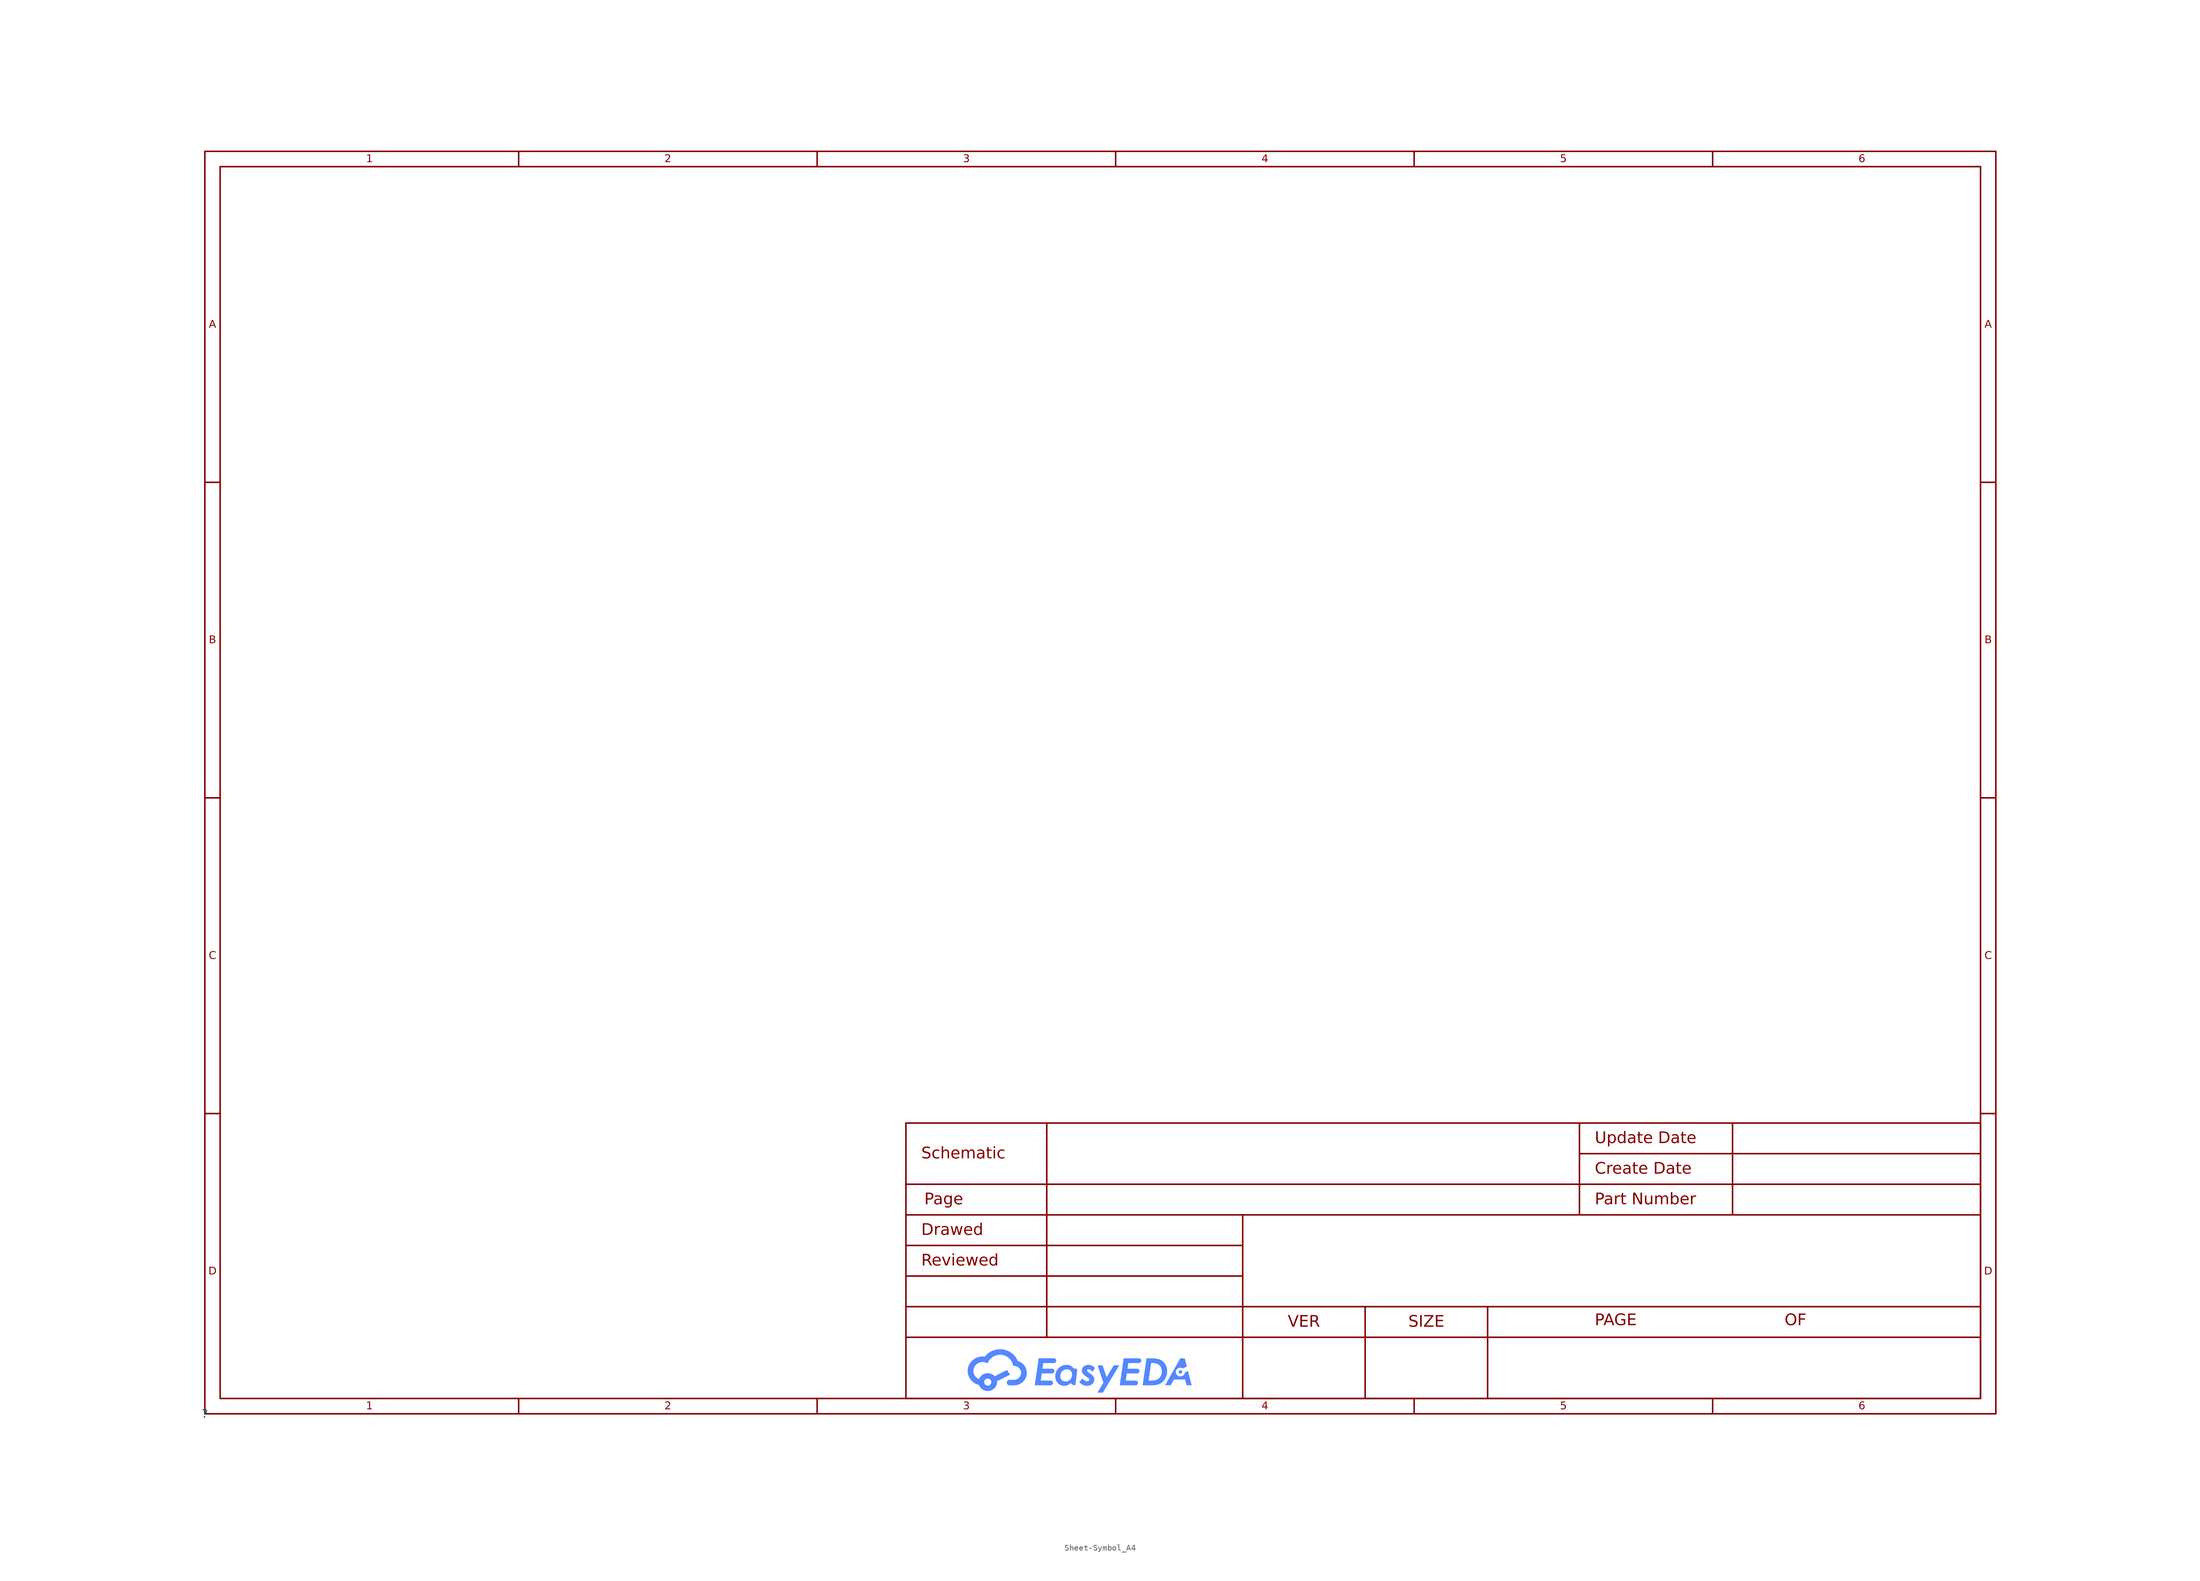
<source format=kicad_sym>
(kicad_symbol_lib
  (version 20241209)
  (generator "kicad_symbol_editor")
  (generator_version "9.0")
  (symbol "Sheet-Symbol_A4"
    (property "Reference" ""
      (at 0 0 0)
      (effects (font (size 1.27 1.27))))
    (property "Value" ""
      (at 0 0 0)
      (effects (font (size 1.27 1.27))))
    (symbol "Sheet-Symbol_A4_0_0"
      (polyline (pts (xy 132.098 10.707) (xy 132.242 10.697) (xy 132.384 10.681) (xy 132.526 10.659) (xy 132.666 10.631) (xy 132.804 10.597) (xy 132.94 10.557) (xy 133.074 10.511) (xy 133.206 10.459) (xy 133.335 10.402) (xy 133.462 10.338) (xy 133.585 10.27) (xy 133.706 10.195) (xy 133.823 10.116) (xy 133.936 10.03) (xy 134.046 9.94) (xy 134.115 9.879) (xy 134.182 9.815) (xy 134.247 9.75) (xy 134.309 9.684) (xy 134.37 9.616) (xy 134.428 9.546) (xy 134.484 9.475) (xy 134.537 9.402) (xy 134.588 9.328) (xy 134.637 9.252) (xy 134.683 9.175) (xy 134.727 9.097) (xy 134.769 9.018) (xy 134.808 8.938) (xy 134.844 8.856) (xy 134.878 8.773) (xy 135.04 8.717) (xy 135.196 8.65) (xy 135.345 8.571) (xy 135.487 8.482) (xy 135.62 8.383) (xy 135.745 8.274) (xy 135.861 8.156) (xy 135.967 8.03) (xy 136.063 7.897) (xy 136.148 7.756) (xy 136.222 7.609) (xy 136.283 7.456) (xy 136.332 7.297) (xy 136.368 7.133) (xy 136.381 7.05) (xy 136.39 6.966) (xy 136.395 6.88) (xy 136.397 6.794) (xy 136.395 6.696) (xy 136.387 6.599) (xy 136.376 6.502) (xy 136.359 6.407) (xy 136.338 6.312) (xy 136.313 6.219) (xy 136.283 6.127) (xy 136.248 6.037) (xy 136.21 5.948) (xy 136.167 5.861) (xy 136.12 5.776) (xy 136.068 5.693) (xy 136.013 5.612) (xy 135.953 5.534) (xy 135.89 5.457) (xy 135.823 5.384) (xy 135.752 5.314) (xy 135.679 5.247) (xy 135.602 5.184) (xy 135.524 5.125) (xy 135.442 5.069) (xy 135.358 5.017) (xy 135.272 4.969) (xy 135.184 4.925) (xy 135.093 4.885) (xy 135.001 4.849) (xy 134.907 4.817) (xy 134.811 4.79) (xy 134.714 4.766) (xy 134.616 4.747) (xy 134.516 4.732) (xy 134.416 4.721) (xy 134.374 4.717) (xy 134.332 4.717) (xy 133.506 4.717) (xy 133.506 4.721) (xy 133.483 4.723) (xy 133.46 4.727) (xy 133.438 4.731) (xy 133.416 4.737) (xy 133.394 4.743) (xy 133.373 4.75) (xy 133.352 4.758) (xy 133.332 4.768) (xy 133.312 4.777) (xy 133.293 4.788) (xy 133.274 4.8) (xy 133.256 4.812) (xy 133.239 4.825) (xy 133.222 4.839) (xy 133.206 4.853) (xy 133.191 4.868) (xy 133.176 4.884) (xy 133.162 4.901) (xy 133.149 4.918) (xy 133.137 4.935) (xy 133.126 4.954) (xy 133.115 4.972) (xy 133.105 4.991) (xy 133.096 5.011) (xy 133.089 5.031) (xy 133.082 5.052) (xy 133.076 5.073) (xy 133.071 5.094) (xy 133.067 5.116) (xy 133.064 5.138) (xy 133.063 5.16) (xy 133.062 5.183) (xy 133.063 5.207) (xy 133.065 5.231) (xy 133.068 5.254) (xy 133.072 5.277) (xy 133.077 5.299) (xy 133.084 5.321) (xy 133.091 5.343) (xy 133.1 5.364) (xy 133.11 5.384) (xy 133.12 5.404) (xy 133.132 5.424) (xy 133.145 5.443) (xy 133.158 5.461) (xy 133.173 5.478) (xy 133.188 5.495) (xy 133.204 5.511) (xy 133.22 5.527) (xy 133.238 5.541) (xy 133.256 5.555) (xy 133.275 5.568) (xy 133.295 5.58) (xy 133.315 5.591) (xy 133.336 5.601) (xy 133.357 5.611) (xy 133.379 5.619) (xy 133.402 5.626) (xy 133.425 5.633) (xy 133.448 5.638) (xy 133.472 5.642) (xy 133.496 5.645) (xy 133.521 5.646) (xy 133.546 5.647) (xy 133.558 5.647) (xy 133.57 5.647) (xy 133.582 5.646) (xy 133.594 5.645) (xy 133.606 5.644) (xy 133.618 5.642) (xy 133.63 5.641) (xy 133.641 5.638) (xy 134.332 5.638) (xy 134.389 5.644) (xy 134.446 5.653) (xy 134.502 5.664) (xy 134.557 5.678) (xy 134.611 5.694) (xy 134.663 5.712) (xy 134.715 5.732) (xy 134.765 5.755) (xy 134.815 5.78) (xy 134.862 5.807) (xy 134.909 5.836) (xy 134.953 5.866) (xy 134.996 5.899) (xy 135.038 5.934) (xy 135.078 5.97) (xy 135.116 6.008) (xy 135.153 6.047) (xy 135.187 6.088) (xy 135.22 6.131) (xy 135.25 6.175) (xy 135.279 6.221) (xy 135.305 6.267) (xy 135.329 6.315) (xy 135.351 6.365) (xy 135.37 6.415) (xy 135.388 6.466) (xy 135.402 6.519) (xy 135.414 6.572) (xy 135.424 6.627) (xy 135.431 6.682) (xy 135.435 6.737) (xy 135.436 6.794) (xy 135.435 6.854) (xy 135.43 6.913) (xy 135.423 6.971) (xy 135.412 7.028) (xy 135.398 7.084) (xy 135.382 7.139) (xy 135.363 7.193) (xy 135.341 7.245) (xy 135.317 7.297) (xy 135.291 7.347) (xy 135.261 7.396) (xy 135.23 7.443) (xy 135.196 7.488) (xy 135.16 7.532) (xy 135.122 7.574) (xy 135.082 7.614) (xy 135.04 7.653) (xy 134.996 7.689) (xy 134.951 7.724) (xy 134.903 7.756) (xy 134.854 7.786) (xy 134.803 7.814) (xy 134.751 7.84) (xy 134.698 7.863) (xy 134.643 7.884) (xy 134.587 7.902) (xy 134.529 7.918) (xy 134.471 7.931) (xy 134.411 7.941) (xy 134.351 7.948) (xy 134.289 7.953) (xy 134.227 7.954) (xy 134.212 7.954) (xy 134.198 7.954) (xy 134.183 7.953) (xy 134.168 7.953) (xy 134.153 7.952) (xy 134.138 7.951) (xy 134.123 7.949) (xy 134.109 7.948) (xy 134.095 8.044) (xy 134.076 8.139) (xy 134.054 8.233) (xy 134.026 8.325) (xy 133.995 8.415) (xy 133.959 8.503) (xy 133.92 8.589) (xy 133.877 8.674) (xy 133.83 8.756) (xy 133.779 8.835) (xy 133.725 8.913) (xy 133.667 8.988) (xy 133.606 9.06) (xy 133.541 9.129) (xy 133.474 9.196) (xy 133.403 9.259) (xy 133.33 9.32) (xy 133.253 9.377) (xy 133.174 9.432) (xy 133.093 9.483) (xy 133.009 9.53) (xy 132.923 9.574) (xy 132.834 9.614) (xy 132.743 9.65) (xy 132.65 9.683) (xy 132.556 9.712) (xy 132.459 9.736) (xy 132.361 9.756) (xy 132.261 9.772) (xy 132.16 9.784) (xy 132.057 9.791) (xy 131.953 9.793) (xy 131.863 9.791) (xy 131.775 9.786) (xy 131.687 9.777) (xy 131.601 9.766) (xy 131.516 9.751) (xy 131.432 9.732) (xy 131.349 9.711) (xy 131.267 9.687) (xy 131.187 9.659) (xy 131.108 9.629) (xy 131.031 9.596) (xy 130.956 9.56) (xy 130.882 9.522) (xy 130.81 9.48) (xy 130.74 9.437) (xy 130.672 9.39) (xy 130.605 9.342) (xy 130.541 9.291) (xy 130.479 9.238) (xy 130.419 9.182) (xy 130.361 9.124) (xy 130.306 9.065) (xy 130.253 9.003) (xy 130.202 8.939) (xy 130.154 8.873) (xy 130.109 8.806) (xy 130.066 8.737) (xy 130.026 8.666) (xy 129.989 8.594) (xy 129.954 8.52) (xy 129.923 8.444) (xy 129.895 8.367) (xy 129.85 8.393) (xy 129.804 8.418) (xy 129.757 8.441) (xy 129.709 8.463) (xy 129.66 8.483) (xy 129.611 8.501) (xy 129.56 8.518) (xy 129.509 8.533) (xy 129.457 8.547) (xy 129.404 8.559) (xy 129.351 8.569) (xy 129.297 8.577) (xy 129.243 8.584) (xy 129.188 8.589) (xy 129.132 8.591) (xy 129.076 8.592) (xy 128.996 8.591) (xy 128.918 8.585) (xy 128.841 8.575) (xy 128.765 8.562) (xy 128.69 8.546) (xy 128.617 8.526) (xy 128.545 8.502) (xy 128.475 8.476) (xy 128.406 8.446) (xy 128.34 8.413) (xy 128.275 8.378) (xy 128.212 8.339) (xy 128.152 8.298) (xy 128.094 8.254) (xy 128.037 8.207) (xy 127.984 8.158) (xy 127.933 8.106) (xy 127.884 8.053) (xy 127.838 7.997) (xy 127.795 7.939) (xy 127.755 7.878) (xy 127.718 7.816) (xy 127.684 7.753) (xy 127.653 7.687) (xy 127.626 7.62) (xy 127.601 7.551) (xy 127.58 7.481) (xy 127.563 7.409) (xy 127.55 7.336) (xy 127.54 7.262) (xy 127.534 7.187) (xy 127.532 7.111) (xy 127.533 7.054) (xy 127.536 6.998) (xy 127.542 6.943) (xy 127.549 6.888) (xy 127.559 6.833) (xy 127.571 6.78) (xy 127.584 6.727) (xy 127.6 6.675) (xy 127.618 6.624) (xy 127.637 6.574) (xy 127.658 6.524) (xy 127.681 6.476) (xy 127.706 6.428) (xy 127.733 6.381) (xy 127.761 6.336) (xy 127.79 6.291) (xy 127.822 6.248) (xy 127.855 6.205) (xy 127.889 6.164) (xy 127.925 6.125) (xy 127.963 6.086) (xy 128.002 6.048) (xy 128.042 6.013) (xy 128.083 5.978) (xy 128.126 5.945) (xy 128.17 5.913) (xy 128.215 5.882) (xy 128.261 5.854) (xy 128.309 5.826) (xy 128.357 5.801) (xy 128.407 5.777) (xy 128.457 5.754) (xy 128.502 5.859) (xy 128.554 5.96) (xy 128.614 6.057) (xy 128.681 6.149) (xy 128.754 6.235) (xy 128.835 6.316) (xy 128.921 6.391) (xy 129.013 6.459) (xy 129.11 6.521) (xy 129.213 6.576) (xy 129.319 6.623) (xy 129.43 6.663) (xy 129.545 6.694) (xy 129.663 6.717) (xy 129.785 6.731) (xy 129.846 6.735) (xy 129.909 6.736) (xy 129.994 6.734) (xy 130.079 6.727) (xy 130.162 6.716) (xy 130.244 6.701) (xy 130.324 6.682) (xy 130.403 6.658) (xy 130.479 6.631) (xy 130.554 6.601) (xy 130.626 6.566) (xy 130.696 6.528) (xy 130.764 6.487) (xy 130.83 6.442) (xy 130.893 6.395) (xy 130.953 6.344) (xy 131.01 6.29) (xy 131.064 6.234) (xy 133.13 7.274) (xy 133.602 6.488) (xy 131.441 5.399) (xy 131.443 5.382) (xy 131.444 5.364) (xy 131.445 5.346) (xy 131.446 5.328) (xy 131.447 5.31) (xy 131.448 5.292) (xy 131.448 5.274) (xy 131.448 5.257) (xy 131.446 5.181) (xy 131.44 5.106) (xy 131.43 5.032) (xy 131.417 4.959) (xy 131.4 4.888) (xy 131.379 4.818) (xy 131.355 4.749) (xy 131.327 4.682) (xy 131.296 4.617) (xy 131.262 4.553) (xy 131.225 4.491) (xy 131.185 4.431) (xy 131.142 4.373) (xy 131.096 4.318) (xy 131.048 4.264) (xy 130.997 4.213) (xy 130.943 4.164) (xy 130.887 4.117) (xy 130.829 4.073) (xy 130.769 4.032) (xy 130.706 3.994) (xy 130.642 3.958) (xy 130.575 3.925) (xy 130.507 3.896) (xy 130.437 3.869) (xy 130.366 3.846) (xy 130.293 3.826) (xy 130.218 3.81) (xy 130.143 3.797) (xy 130.066 3.787) (xy 129.988 3.781) (xy 129.909 3.78) (xy 129.845 3.781) (xy 129.783 3.784) (xy 129.721 3.79) (xy 129.66 3.799) (xy 129.6 3.809) (xy 129.54 3.822) (xy 129.482 3.837) (xy 129.424 3.854) (xy 129.367 3.874) (xy 129.312 3.895) (xy 129.257 3.918) (xy 129.204 3.944) (xy 129.152 3.971) (xy 129.101 4) (xy 129.051 4.031) (xy 129.002 4.063) (xy 128.956 4.098) (xy 128.91 4.134) (xy 128.866 4.171) (xy 128.823 4.21) (xy 128.782 4.251) (xy 128.743 4.293) (xy 128.705 4.337) (xy 128.669 4.382) (xy 128.635 4.428) (xy 128.603 4.476) (xy 128.573 4.525) (xy 128.544 4.575) (xy 128.518 4.626) (xy 128.493 4.678) (xy 128.471 4.731) (xy 128.45 4.786) (xy 128.362 4.809) (xy 128.276 4.835) (xy 128.19 4.865) (xy 128.106 4.897) (xy 128.022 4.932) (xy 127.941 4.97) (xy 127.861 5.011) (xy 127.782 5.055) (xy 127.705 5.101) (xy 127.63 5.151) (xy 127.557 5.202) (xy 127.486 5.257) (xy 129.313 5.257) (xy 129.314 5.227) (xy 129.316 5.198) (xy 129.32 5.17) (xy 129.325 5.142) (xy 129.332 5.114) (xy 129.34 5.087) (xy 129.35 5.061) (xy 129.36 5.035) (xy 129.372 5.009) (xy 129.385 4.985) (xy 129.4 4.961) (xy 129.415 4.938) (xy 129.432 4.915) (xy 129.45 4.894) (xy 129.468 4.873) (xy 129.488 4.853) (xy 129.509 4.834) (xy 129.53 4.816) (xy 129.553 4.799) (xy 129.576 4.783) (xy 129.6 4.768) (xy 129.625 4.755) (xy 129.651 4.742) (xy 129.677 4.73) (xy 129.704 4.72) (xy 129.732 4.711) (xy 129.76 4.704) (xy 129.789 4.697) (xy 129.818 4.692) (xy 129.848 4.688) (xy 129.878 4.686) (xy 129.909 4.685) (xy 129.939 4.686) (xy 129.969 4.688) (xy 129.999 4.692) (xy 130.028 4.697) (xy 130.057 4.704) (xy 130.085 4.711) (xy 130.113 4.72) (xy 130.14 4.73) (xy 130.166 4.742) (xy 130.192 4.755) (xy 130.217 4.768) (xy 130.241 4.783) (xy 130.264 4.799) (xy 130.287 4.816) (xy 130.309 4.834) (xy 130.329 4.853) (xy 130.349 4.873) (xy 130.368 4.894) (xy 130.385 4.915) (xy 130.402 4.938) (xy 130.417 4.961) (xy 130.432 4.985) (xy 130.445 5.009) (xy 130.457 5.035) (xy 130.468 5.061) (xy 130.477 5.087) (xy 130.485 5.114) (xy 130.492 5.142) (xy 130.497 5.17) (xy 130.501 5.198) (xy 130.503 5.227) (xy 130.504 5.257) (xy 130.503 5.286) (xy 130.501 5.315) (xy 130.497 5.343) (xy 130.492 5.372) (xy 130.485 5.399) (xy 130.477 5.426) (xy 130.468 5.453) (xy 130.457 5.479) (xy 130.445 5.504) (xy 130.432 5.529) (xy 130.417 5.553) (xy 130.402 5.576) (xy 130.385 5.598) (xy 130.368 5.62) (xy 130.349 5.64) (xy 130.329 5.66) (xy 130.309 5.679) (xy 130.287 5.697) (xy 130.264 5.714) (xy 130.241 5.73) (xy 130.217 5.745) (xy 130.192 5.759) (xy 130.166 5.771) (xy 130.14 5.783) (xy 130.113 5.793) (xy 130.085 5.802) (xy 130.057 5.81) (xy 130.028 5.816) (xy 129.999 5.821) (xy 129.969 5.825) (xy 129.939 5.827) (xy 129.909 5.828) (xy 129.878 5.827) (xy 129.848 5.825) (xy 129.818 5.821) (xy 129.789 5.816) (xy 129.76 5.81) (xy 129.732 5.802) (xy 129.704 5.793) (xy 129.677 5.783) (xy 129.651 5.771) (xy 129.625 5.759) (xy 129.6 5.745) (xy 129.576 5.73) (xy 129.553 5.714) (xy 129.53 5.697) (xy 129.509 5.679) (xy 129.488 5.66) (xy 129.468 5.64) (xy 129.45 5.62) (xy 129.432 5.598) (xy 129.415 5.576) (xy 129.4 5.553) (xy 129.385 5.529) (xy 129.372 5.504) (xy 129.36 5.479) (xy 129.35 5.453) (xy 129.34 5.426) (xy 129.332 5.399) (xy 129.325 5.372) (xy 129.32 5.343) (xy 129.316 5.315) (xy 129.314 5.286) (xy 129.313 5.257) (xy 127.486 5.257) (xy 127.485 5.257) (xy 127.416 5.314) (xy 127.349 5.373) (xy 127.283 5.435) (xy 127.22 5.5) (xy 127.144 5.584) (xy 127.073 5.671) (xy 127.006 5.761) (xy 126.944 5.854) (xy 126.886 5.949) (xy 126.833 6.046) (xy 126.784 6.145) (xy 126.741 6.247) (xy 126.702 6.35) (xy 126.668 6.454) (xy 126.64 6.561) (xy 126.616 6.668) (xy 126.598 6.777) (xy 126.584 6.887) (xy 126.576 6.997) (xy 126.574 7.109) (xy 126.577 7.229) (xy 126.586 7.348) (xy 126.601 7.465) (xy 126.622 7.581) (xy 126.648 7.696) (xy 126.681 7.809) (xy 126.719 7.92) (xy 126.763 8.029) (xy 126.812 8.136) (xy 126.867 8.24) (xy 126.927 8.342) (xy 126.993 8.441) (xy 127.063 8.537) (xy 127.139 8.63) (xy 127.22 8.72) (xy 127.306 8.807) (xy 127.397 8.889) (xy 127.49 8.967) (xy 127.588 9.04) (xy 127.688 9.108) (xy 127.791 9.17) (xy 127.898 9.228) (xy 128.006 9.281) (xy 128.118 9.328) (xy 128.232 9.37) (xy 128.347 9.407) (xy 128.465 9.438) (xy 128.584 9.463) (xy 128.705 9.483) (xy 128.828 9.498) (xy 128.951 9.507) (xy 129.076 9.51) (xy 129.121 9.509) (xy 129.166 9.508) (xy 129.211 9.506) (xy 129.256 9.503) (xy 129.3 9.5) (xy 129.344 9.495) (xy 129.388 9.491) (xy 129.432 9.485) (xy 129.467 9.531) (xy 129.503 9.576) (xy 129.541 9.62) (xy 129.579 9.664) (xy 129.618 9.707) (xy 129.658 9.749) (xy 129.698 9.79) (xy 129.74 9.831) (xy 129.782 9.871) (xy 129.826 9.91) (xy 129.87 9.949) (xy 129.915 9.986) (xy 129.961 10.024) (xy 130.008 10.06) (xy 130.055 10.095) (xy 130.104 10.13) (xy 130.206 10.199) (xy 130.311 10.264) (xy 130.417 10.324) (xy 130.526 10.381) (xy 130.637 10.432) (xy 130.749 10.48) (xy 130.864 10.523) (xy 130.98 10.562) (xy 131.097 10.597) (xy 131.216 10.627) (xy 131.336 10.652) (xy 131.457 10.673) (xy 131.58 10.689) (xy 131.703 10.701) (xy 131.828 10.708) (xy 131.953 10.71) (xy 132.098 10.707)) (stroke (width -0.0001) (type solid)) (fill (type color) (color 85 136 255 1)))
      (polyline (pts (xy 140.893 9.21) (xy 140.914 9.209) (xy 140.934 9.206) (xy 140.955 9.203) (xy 140.975 9.198) (xy 140.994 9.193) (xy 141.013 9.186) (xy 141.032 9.179) (xy 141.051 9.171) (xy 141.068 9.162) (xy 141.086 9.153) (xy 141.103 9.143) (xy 141.119 9.132) (xy 141.135 9.12) (xy 141.149 9.107) (xy 141.164 9.094) (xy 141.178 9.08) (xy 141.191 9.066) (xy 141.203 9.051) (xy 141.214 9.035) (xy 141.225 9.019) (xy 141.235 9.002) (xy 141.244 8.985) (xy 141.253 8.968) (xy 141.26 8.95) (xy 141.267 8.931) (xy 141.272 8.912) (xy 141.277 8.893) (xy 141.281 8.874) (xy 141.283 8.854) (xy 141.285 8.834) (xy 141.285 8.813) (xy 141.285 8.793) (xy 141.283 8.773) (xy 141.281 8.753) (xy 141.277 8.733) (xy 141.272 8.714) (xy 141.267 8.695) (xy 141.26 8.677) (xy 141.253 8.659) (xy 141.244 8.642) (xy 141.235 8.624) (xy 141.225 8.608) (xy 141.214 8.592) (xy 141.203 8.576) (xy 141.191 8.561) (xy 141.178 8.547) (xy 141.164 8.533) (xy 141.149 8.52) (xy 141.135 8.507) (xy 141.119 8.495) (xy 141.103 8.484) (xy 141.086 8.474) (xy 141.068 8.464) (xy 141.051 8.456) (xy 141.032 8.447) (xy 141.013 8.44) (xy 140.994 8.434) (xy 140.975 8.429) (xy 140.955 8.424) (xy 140.934 8.421) (xy 140.914 8.418) (xy 140.893 8.417) (xy 140.871 8.416) (xy 139.125 8.414) (xy 138.99 7.484) (xy 140.627 7.484) (xy 140.645 7.48) (xy 140.663 7.476) (xy 140.681 7.471) (xy 140.698 7.466) (xy 140.715 7.46) (xy 140.732 7.453) (xy 140.748 7.445) (xy 140.763 7.437) (xy 140.779 7.428) (xy 140.793 7.419) (xy 140.808 7.409) (xy 140.822 7.398) (xy 140.835 7.387) (xy 140.848 7.375) (xy 140.86 7.363) (xy 140.872 7.35) (xy 140.883 7.337) (xy 140.894 7.323) (xy 140.904 7.309) (xy 140.913 7.294) (xy 140.922 7.279) (xy 140.929 7.264) (xy 140.937 7.248) (xy 140.943 7.232) (xy 140.949 7.215) (xy 140.954 7.198) (xy 140.958 7.181) (xy 140.962 7.163) (xy 140.964 7.146) (xy 140.966 7.128) (xy 140.967 7.109) (xy 140.967 7.091) (xy 140.966 7.07) (xy 140.965 7.05) (xy 140.962 7.03) (xy 140.958 7.011) (xy 140.954 6.992) (xy 140.948 6.973) (xy 140.942 6.955) (xy 140.934 6.936) (xy 140.926 6.919) (xy 140.917 6.902) (xy 140.907 6.885) (xy 140.896 6.869) (xy 140.884 6.854) (xy 140.872 6.838) (xy 140.859 6.824) (xy 140.845 6.81) (xy 140.831 6.797) (xy 140.816 6.785) (xy 140.8 6.773) (xy 140.784 6.762) (xy 140.767 6.751) (xy 140.75 6.742) (xy 140.732 6.733) (xy 140.714 6.725) (xy 140.695 6.718) (xy 140.676 6.712) (xy 140.656 6.706) (xy 140.636 6.702) (xy 140.616 6.698) (xy 140.595 6.696) (xy 140.574 6.694) (xy 140.553 6.694) (xy 138.871 6.696) (xy 138.699 5.507) (xy 140.332 5.509) (xy 140.353 5.508) (xy 140.374 5.507) (xy 140.394 5.504) (xy 140.414 5.501) (xy 140.434 5.496) (xy 140.453 5.491) (xy 140.472 5.485) (xy 140.491 5.478) (xy 140.509 5.47) (xy 140.527 5.461) (xy 140.544 5.452) (xy 140.56 5.442) (xy 140.577 5.431) (xy 140.592 5.419) (xy 140.607 5.407) (xy 140.621 5.394) (xy 140.635 5.38) (xy 140.648 5.366) (xy 140.66 5.351) (xy 140.671 5.335) (xy 140.682 5.319) (xy 140.692 5.303) (xy 140.701 5.286) (xy 140.709 5.269) (xy 140.716 5.251) (xy 140.723 5.233) (xy 140.728 5.214) (xy 140.733 5.195) (xy 140.737 5.176) (xy 140.739 5.156) (xy 140.741 5.136) (xy 140.741 5.116) (xy 140.741 5.096) (xy 140.739 5.077) (xy 140.737 5.058) (xy 140.733 5.039) (xy 140.729 5.02) (xy 140.723 5.002) (xy 140.717 4.984) (xy 140.71 4.966) (xy 140.702 4.949) (xy 140.693 4.933) (xy 140.683 4.916) (xy 140.673 4.901) (xy 140.662 4.885) (xy 140.65 4.871) (xy 140.637 4.856) (xy 140.624 4.843) (xy 140.61 4.83) (xy 140.596 4.818) (xy 140.581 4.806) (xy 140.565 4.795) (xy 140.549 4.785) (xy 140.532 4.775) (xy 140.515 4.767) (xy 140.497 4.759) (xy 140.479 4.752) (xy 140.46 4.745) (xy 140.441 4.74) (xy 140.422 4.735) (xy 140.402 4.731) (xy 140.382 4.728) (xy 140.362 4.726) (xy 140.341 4.726) (xy 137.709 4.726) (xy 138.351 9.211) (xy 140.871 9.211) (xy 140.893 9.21)) (stroke (width -0.0001) (type solid)) (fill (type color) (color 85 136 255 1)))
      (polyline (pts (xy 143.017 8.123) (xy 143.059 8.122) (xy 143.103 8.119) (xy 143.147 8.115) (xy 143.192 8.11) (xy 143.238 8.104) (xy 143.284 8.097) (xy 143.329 8.089) (xy 143.374 8.079) (xy 143.419 8.069) (xy 143.462 8.057) (xy 143.505 8.045) (xy 143.546 8.031) (xy 143.585 8.016) (xy 143.622 8) (xy 143.657 7.983) (xy 143.691 7.965) (xy 143.723 7.946) (xy 143.755 7.926) (xy 143.786 7.905) (xy 143.816 7.883) (xy 143.846 7.86) (xy 143.875 7.836) (xy 143.903 7.811) (xy 143.931 7.785) (xy 143.958 7.757) (xy 143.984 7.729) (xy 144.009 7.7) (xy 144.034 7.67) (xy 144.058 7.638) (xy 144.081 7.606) (xy 144.104 7.573) (xy 144.134 7.519) (xy 144.425 7.519) (xy 144.442 7.519) (xy 144.458 7.517) (xy 144.474 7.515) (xy 144.49 7.512) (xy 144.506 7.509) (xy 144.521 7.504) (xy 144.536 7.499) (xy 144.551 7.494) (xy 144.565 7.487) (xy 144.579 7.48) (xy 144.593 7.473) (xy 144.606 7.465) (xy 144.619 7.456) (xy 144.631 7.447) (xy 144.643 7.437) (xy 144.654 7.427) (xy 144.664 7.416) (xy 144.675 7.404) (xy 144.684 7.393) (xy 144.693 7.381) (xy 144.702 7.368) (xy 144.709 7.355) (xy 144.716 7.342) (xy 144.723 7.328) (xy 144.729 7.314) (xy 144.734 7.299) (xy 144.738 7.285) (xy 144.742 7.269) (xy 144.744 7.254) (xy 144.746 7.239) (xy 144.748 7.223) (xy 144.748 7.207) (xy 144.753 7.207) (xy 144.458 4.822) (xy 144.446 4.726) (xy 144.362 4.726) (xy 144.328 4.728) (xy 144.295 4.732) (xy 144.262 4.737) (xy 144.229 4.744) (xy 144.197 4.751) (xy 144.165 4.76) (xy 144.134 4.77) (xy 144.103 4.78) (xy 144.073 4.793) (xy 144.043 4.806) (xy 144.014 4.819) (xy 143.985 4.835) (xy 143.958 4.851) (xy 143.93 4.867) (xy 143.904 4.885) (xy 143.878 4.904) (xy 143.876 4.906) (xy 143.868 4.911) (xy 143.843 4.931) (xy 143.768 4.992) (xy 143.66 5.083) (xy 143.625 5.052) (xy 143.591 5.023) (xy 143.558 4.995) (xy 143.524 4.968) (xy 143.491 4.943) (xy 143.458 4.918) (xy 143.425 4.895) (xy 143.393 4.873) (xy 143.361 4.852) (xy 143.329 4.833) (xy 143.297 4.814) (xy 143.266 4.797) (xy 143.235 4.781) (xy 143.204 4.766) (xy 143.174 4.752) (xy 143.143 4.739) (xy 143.113 4.727) (xy 143.083 4.715) (xy 143.051 4.705) (xy 143.02 4.695) (xy 142.988 4.686) (xy 142.955 4.678) (xy 142.922 4.671) (xy 142.889 4.665) (xy 142.855 4.659) (xy 142.82 4.654) (xy 142.785 4.65) (xy 142.75 4.647) (xy 142.714 4.644) (xy 142.678 4.642) (xy 142.641 4.641) (xy 142.604 4.641) (xy 142.519 4.643) (xy 142.437 4.648) (xy 142.356 4.658) (xy 142.278 4.671) (xy 142.202 4.688) (xy 142.128 4.709) (xy 142.056 4.733) (xy 141.987 4.762) (xy 141.92 4.794) (xy 141.855 4.83) (xy 141.792 4.869) (xy 141.731 4.913) (xy 141.673 4.96) (xy 141.617 5.011) (xy 141.563 5.066) (xy 141.511 5.125) (xy 141.462 5.186) (xy 141.416 5.249) (xy 141.374 5.312) (xy 141.334 5.377) (xy 141.298 5.443) (xy 141.264 5.511) (xy 141.234 5.579) (xy 141.208 5.649) (xy 141.184 5.72) (xy 141.163 5.792) (xy 141.146 5.866) (xy 141.132 5.941) (xy 141.12 6.016) (xy 141.113 6.094) (xy 141.108 6.172) (xy 141.107 6.232) (xy 141.953 6.232) (xy 141.954 6.184) (xy 141.957 6.137) (xy 141.961 6.091) (xy 141.968 6.047) (xy 141.976 6.003) (xy 141.986 5.961) (xy 141.998 5.92) (xy 142.012 5.881) (xy 142.028 5.842) (xy 142.046 5.804) (xy 142.066 5.768) (xy 142.087 5.733) (xy 142.111 5.699) (xy 142.136 5.667) (xy 142.163 5.635) (xy 142.192 5.605) (xy 142.223 5.576) (xy 142.255 5.548) (xy 142.287 5.523) (xy 142.321 5.5) (xy 142.356 5.478) (xy 142.392 5.459) (xy 142.429 5.441) (xy 142.466 5.425) (xy 142.506 5.411) (xy 142.546 5.399) (xy 142.587 5.389) (xy 142.629 5.381) (xy 142.672 5.374) (xy 142.717 5.37) (xy 142.762 5.367) (xy 142.809 5.366) (xy 142.848 5.367) (xy 142.886 5.368) (xy 142.923 5.371) (xy 142.96 5.374) (xy 142.997 5.379) (xy 143.032 5.385) (xy 143.067 5.392) (xy 143.102 5.399) (xy 143.136 5.408) (xy 143.169 5.418) (xy 143.202 5.429) (xy 143.233 5.441) (xy 143.265 5.454) (xy 143.296 5.468) (xy 143.326 5.484) (xy 143.355 5.5) (xy 143.384 5.517) (xy 143.412 5.536) (xy 143.44 5.556) (xy 143.467 5.576) (xy 143.494 5.598) (xy 143.52 5.622) (xy 143.545 5.646) (xy 143.57 5.672) (xy 143.594 5.699) (xy 143.617 5.727) (xy 143.64 5.756) (xy 143.663 5.786) (xy 143.684 5.818) (xy 143.705 5.851) (xy 143.726 5.884) (xy 143.746 5.919) (xy 143.765 5.955) (xy 143.783 5.991) (xy 143.799 6.027) (xy 143.815 6.063) (xy 143.829 6.099) (xy 143.842 6.135) (xy 143.854 6.172) (xy 143.864 6.208) (xy 143.874 6.245) (xy 143.882 6.282) (xy 143.888 6.319) (xy 143.894 6.356) (xy 143.898 6.393) (xy 143.901 6.43) (xy 143.903 6.467) (xy 143.904 6.504) (xy 143.903 6.553) (xy 143.9 6.6) (xy 143.896 6.646) (xy 143.889 6.691) (xy 143.881 6.735) (xy 143.871 6.778) (xy 143.859 6.819) (xy 143.845 6.859) (xy 143.829 6.898) (xy 143.811 6.936) (xy 143.792 6.973) (xy 143.771 7.008) (xy 143.747 7.042) (xy 143.722 7.075) (xy 143.696 7.107) (xy 143.667 7.138) (xy 143.637 7.166) (xy 143.605 7.193) (xy 143.572 7.218) (xy 143.539 7.242) (xy 143.504 7.263) (xy 143.467 7.283) (xy 143.43 7.301) (xy 143.391 7.316) (xy 143.351 7.33) (xy 143.31 7.343) (xy 143.268 7.353) (xy 143.225 7.361) (xy 143.18 7.368) (xy 143.134 7.373) (xy 143.087 7.375) (xy 143.039 7.376) (xy 142.983 7.375) (xy 142.928 7.372) (xy 142.874 7.365) (xy 142.821 7.357) (xy 142.769 7.346) (xy 142.718 7.332) (xy 142.669 7.316) (xy 142.62 7.297) (xy 142.572 7.276) (xy 142.526 7.252) (xy 142.481 7.226) (xy 142.436 7.198) (xy 142.393 7.166) (xy 142.351 7.133) (xy 142.309 7.096) (xy 142.269 7.057) (xy 142.231 7.016) (xy 142.195 6.974) (xy 142.161 6.931) (xy 142.13 6.885) (xy 142.102 6.839) (xy 142.076 6.791) (xy 142.053 6.741) (xy 142.032 6.691) (xy 142.013 6.638) (xy 141.997 6.585) (xy 141.984 6.529) (xy 141.972 6.473) (xy 141.964 6.415) (xy 141.958 6.355) (xy 141.954 6.294) (xy 141.953 6.232) (xy 141.107 6.232) (xy 141.106 6.252) (xy 141.107 6.313) (xy 141.111 6.373) (xy 141.116 6.434) (xy 141.123 6.494) (xy 141.132 6.553) (xy 141.143 6.612) (xy 141.157 6.671) (xy 141.172 6.73) (xy 141.189 6.788) (xy 141.209 6.846) (xy 141.23 6.903) (xy 141.254 6.96) (xy 141.279 7.017) (xy 141.306 7.073) (xy 141.335 7.129) (xy 141.367 7.184) (xy 141.4 7.239) (xy 141.434 7.293) (xy 141.47 7.344) (xy 141.507 7.395) (xy 141.546 7.443) (xy 141.586 7.49) (xy 141.627 7.536) (xy 141.67 7.58) (xy 141.714 7.622) (xy 141.76 7.663) (xy 141.807 7.702) (xy 141.855 7.74) (xy 141.905 7.777) (xy 141.956 7.811) (xy 142.008 7.845) (xy 142.062 7.876) (xy 142.117 7.906) (xy 142.172 7.934) (xy 142.227 7.96) (xy 142.283 7.985) (xy 142.339 8.007) (xy 142.395 8.027) (xy 142.452 8.046) (xy 142.509 8.062) (xy 142.566 8.076) (xy 142.624 8.089) (xy 142.681 8.1) (xy 142.74 8.108) (xy 142.798 8.115) (xy 142.857 8.12) (xy 142.917 8.123) (xy 142.976 8.124) (xy 143.017 8.123)) (stroke (width -0.0001) (type solid)) (fill (type color) (color 85 136 255 1)))
      (polyline (pts (xy 146.664 8.126) (xy 146.703 8.124) (xy 146.742 8.121) (xy 146.78 8.117) (xy 146.818 8.112) (xy 146.856 8.106) (xy 146.894 8.099) (xy 146.932 8.091) (xy 146.969 8.081) (xy 147.006 8.071) (xy 147.043 8.059) (xy 147.079 8.046) (xy 147.115 8.032) (xy 147.151 8.017) (xy 147.187 8.001) (xy 147.223 7.983) (xy 147.258 7.965) (xy 147.292 7.946) (xy 147.325 7.925) (xy 147.358 7.904) (xy 147.39 7.882) (xy 147.421 7.859) (xy 147.451 7.835) (xy 147.481 7.81) (xy 147.51 7.784) (xy 147.538 7.757) (xy 147.566 7.729) (xy 147.593 7.701) (xy 147.619 7.671) (xy 147.644 7.641) (xy 147.668 7.609) (xy 147.692 7.577) (xy 147.288 6.955) (xy 147.268 6.982) (xy 147.248 7.009) (xy 147.228 7.035) (xy 147.208 7.059) (xy 147.188 7.083) (xy 147.168 7.106) (xy 147.148 7.128) (xy 147.127 7.149) (xy 147.107 7.169) (xy 147.086 7.188) (xy 147.065 7.206) (xy 147.044 7.223) (xy 147.024 7.24) (xy 147.002 7.255) (xy 146.981 7.269) (xy 146.96 7.283) (xy 146.939 7.295) (xy 146.917 7.307) (xy 146.897 7.318) (xy 146.876 7.328) (xy 146.855 7.338) (xy 146.835 7.346) (xy 146.814 7.354) (xy 146.794 7.361) (xy 146.774 7.367) (xy 146.754 7.373) (xy 146.735 7.377) (xy 146.715 7.381) (xy 146.696 7.384) (xy 146.677 7.386) (xy 146.658 7.387) (xy 146.639 7.388) (xy 146.625 7.387) (xy 146.611 7.387) (xy 146.598 7.386) (xy 146.585 7.384) (xy 146.572 7.382) (xy 146.559 7.379) (xy 146.547 7.376) (xy 146.535 7.372) (xy 146.523 7.369) (xy 146.511 7.364) (xy 146.499 7.359) (xy 146.488 7.354) (xy 146.477 7.348) (xy 146.466 7.341) (xy 146.456 7.335) (xy 146.446 7.327) (xy 146.436 7.32) (xy 146.427 7.312) (xy 146.418 7.304) (xy 146.411 7.296) (xy 146.403 7.288) (xy 146.397 7.28) (xy 146.391 7.272) (xy 146.385 7.263) (xy 146.381 7.255) (xy 146.377 7.246) (xy 146.373 7.237) (xy 146.371 7.229) (xy 146.369 7.219) (xy 146.367 7.21) (xy 146.367 7.201) (xy 146.367 7.191) (xy 146.367 7.182) (xy 146.368 7.173) (xy 146.369 7.164) (xy 146.371 7.154) (xy 146.373 7.145) (xy 146.376 7.136) (xy 146.379 7.127) (xy 146.382 7.118) (xy 146.387 7.108) (xy 146.391 7.099) (xy 146.397 7.09) (xy 146.402 7.081) (xy 146.408 7.072) (xy 146.415 7.062) (xy 146.422 7.053) (xy 146.43 7.044) (xy 146.438 7.034) (xy 146.448 7.023) (xy 146.475 6.999) (xy 146.508 6.97) (xy 146.55 6.937) (xy 146.6 6.899) (xy 146.657 6.857) (xy 146.722 6.811) (xy 146.795 6.761) (xy 146.855 6.719) (xy 146.912 6.678) (xy 146.966 6.638) (xy 147.018 6.599) (xy 147.067 6.561) (xy 147.114 6.523) (xy 147.158 6.486) (xy 147.199 6.45) (xy 147.238 6.414) (xy 147.274 6.379) (xy 147.308 6.345) (xy 147.339 6.312) (xy 147.367 6.28) (xy 147.393 6.248) (xy 147.416 6.217) (xy 147.437 6.187) (xy 147.455 6.157) (xy 147.473 6.126) (xy 147.489 6.096) (xy 147.504 6.064) (xy 147.518 6.033) (xy 147.53 6.001) (xy 147.542 5.97) (xy 147.552 5.937) (xy 147.561 5.905) (xy 147.569 5.872) (xy 147.575 5.838) (xy 147.581 5.805) (xy 147.585 5.771) (xy 147.588 5.737) (xy 147.589 5.702) (xy 147.59 5.667) (xy 147.589 5.621) (xy 147.585 5.576) (xy 147.579 5.53) (xy 147.57 5.485) (xy 147.559 5.441) (xy 147.546 5.396) (xy 147.53 5.352) (xy 147.511 5.308) (xy 147.49 5.264) (xy 147.467 5.221) (xy 147.441 5.178) (xy 147.412 5.136) (xy 147.382 5.093) (xy 147.348 5.051) (xy 147.312 5.01) (xy 147.274 4.969) (xy 147.233 4.929) (xy 147.19 4.892) (xy 147.145 4.857) (xy 147.098 4.825) (xy 147.048 4.796) (xy 146.996 4.769) (xy 146.942 4.745) (xy 146.886 4.723) (xy 146.828 4.704) (xy 146.767 4.687) (xy 146.705 4.673) (xy 146.64 4.661) (xy 146.572 4.652) (xy 146.503 4.646) (xy 146.431 4.642) (xy 146.357 4.641) (xy 146.315 4.641) (xy 146.272 4.643) (xy 146.23 4.646) (xy 146.188 4.649) (xy 146.147 4.654) (xy 146.107 4.66) (xy 146.066 4.666) (xy 146.027 4.674) (xy 145.988 4.683) (xy 145.949 4.693) (xy 145.911 4.704) (xy 145.873 4.716) (xy 145.836 4.729) (xy 145.799 4.743) (xy 145.763 4.758) (xy 145.727 4.775) (xy 145.692 4.792) (xy 145.656 4.812) (xy 145.619 4.833) (xy 145.582 4.856) (xy 145.544 4.88) (xy 145.506 4.907) (xy 145.467 4.935) (xy 145.428 4.965) (xy 145.388 4.997) (xy 145.347 5.03) (xy 145.306 5.065) (xy 145.265 5.102) (xy 145.223 5.14) (xy 145.181 5.18) (xy 145.095 5.266) (xy 145.618 5.85) (xy 145.663 5.795) (xy 145.708 5.744) (xy 145.754 5.697) (xy 145.8 5.653) (xy 145.847 5.612) (xy 145.894 5.575) (xy 145.942 5.542) (xy 145.991 5.512) (xy 146.04 5.486) (xy 146.089 5.463) (xy 146.139 5.443) (xy 146.19 5.428) (xy 146.241 5.415) (xy 146.292 5.407) (xy 146.345 5.401) (xy 146.397 5.399) (xy 146.418 5.4) (xy 146.438 5.401) (xy 146.457 5.402) (xy 146.476 5.404) (xy 146.495 5.407) (xy 146.513 5.411) (xy 146.53 5.415) (xy 146.547 5.419) (xy 146.564 5.425) (xy 146.58 5.43) (xy 146.595 5.437) (xy 146.61 5.444) (xy 146.624 5.451) (xy 146.638 5.46) (xy 146.652 5.468) (xy 146.665 5.478) (xy 146.677 5.488) (xy 146.688 5.498) (xy 146.699 5.508) (xy 146.709 5.519) (xy 146.718 5.53) (xy 146.726 5.541) (xy 146.733 5.552) (xy 146.74 5.564) (xy 146.746 5.575) (xy 146.751 5.587) (xy 146.755 5.599) (xy 146.758 5.611) (xy 146.761 5.624) (xy 146.763 5.636) (xy 146.764 5.649) (xy 146.764 5.663) (xy 146.764 5.674) (xy 146.763 5.684) (xy 146.762 5.695) (xy 146.76 5.706) (xy 146.757 5.717) (xy 146.754 5.728) (xy 146.75 5.739) (xy 146.745 5.75) (xy 146.74 5.761) (xy 146.734 5.772) (xy 146.728 5.783) (xy 146.721 5.794) (xy 146.714 5.805) (xy 146.706 5.816) (xy 146.697 5.828) (xy 146.688 5.839) (xy 146.677 5.851) (xy 146.664 5.864) (xy 146.633 5.893) (xy 146.593 5.927) (xy 146.545 5.965) (xy 146.489 6.007) (xy 146.424 6.054) (xy 146.352 6.105) (xy 146.272 6.16) (xy 146.224 6.194) (xy 146.178 6.226) (xy 146.133 6.258) (xy 146.091 6.29) (xy 146.05 6.32) (xy 146.012 6.351) (xy 145.975 6.38) (xy 145.94 6.409) (xy 145.907 6.438) (xy 145.876 6.466) (xy 145.847 6.493) (xy 145.82 6.52) (xy 145.794 6.546) (xy 145.771 6.571) (xy 145.749 6.596) (xy 145.73 6.62) (xy 145.704 6.654) (xy 145.681 6.687) (xy 145.659 6.722) (xy 145.638 6.756) (xy 145.619 6.79) (xy 145.602 6.825) (xy 145.587 6.861) (xy 145.573 6.896) (xy 145.56 6.931) (xy 145.55 6.967) (xy 145.541 7.003) (xy 145.533 7.04) (xy 145.528 7.076) (xy 145.524 7.113) (xy 145.521 7.15) (xy 145.52 7.187) (xy 145.522 7.238) (xy 145.525 7.288) (xy 145.532 7.337) (xy 145.541 7.385) (xy 145.552 7.432) (xy 145.566 7.477) (xy 145.583 7.521) (xy 145.602 7.564) (xy 145.624 7.606) (xy 145.648 7.647) (xy 145.675 7.686) (xy 145.705 7.725) (xy 145.737 7.762) (xy 145.771 7.797) (xy 145.809 7.832) (xy 145.848 7.865) (xy 145.89 7.897) (xy 145.932 7.926) (xy 145.976 7.954) (xy 146.02 7.979) (xy 146.065 8.003) (xy 146.112 8.024) (xy 146.159 8.043) (xy 146.207 8.061) (xy 146.256 8.076) (xy 146.306 8.089) (xy 146.357 8.101) (xy 146.409 8.11) (xy 146.462 8.117) (xy 146.515 8.122) (xy 146.57 8.125) (xy 146.625 8.126) (xy 146.664 8.126)) (stroke (width -0.0001) (type solid)) (fill (type color) (color 85 136 255 1)))
      (polyline (pts (xy 149.632 6.075) (xy 150.813 8.041) (xy 151.727 8.041) (xy 149.013 3.514) (xy 148.118 3.514) (xy 149.099 5.179) (xy 148.127 8.041) (xy 148.96 8.041) (xy 149.632 6.075)) (stroke (width -0.0001) (type solid)) (fill (type color) (color 85 136 255 1)))
      (polyline (pts (xy 154.995 9.208) (xy 155.016 9.206) (xy 155.037 9.204) (xy 155.058 9.2) (xy 155.078 9.196) (xy 155.098 9.19) (xy 155.117 9.184) (xy 155.136 9.177) (xy 155.154 9.169) (xy 155.172 9.16) (xy 155.189 9.151) (xy 155.206 9.14) (xy 155.222 9.129) (xy 155.238 9.118) (xy 155.253 9.105) (xy 155.268 9.092) (xy 155.281 9.078) (xy 155.295 9.064) (xy 155.307 9.049) (xy 155.319 9.034) (xy 155.33 9.017) (xy 155.34 9.001) (xy 155.349 8.984) (xy 155.357 8.966) (xy 155.365 8.948) (xy 155.372 8.93) (xy 155.378 8.912) (xy 155.383 8.893) (xy 155.387 8.873) (xy 155.389 8.854) (xy 155.392 8.834) (xy 155.393 8.813) (xy 155.392 8.793) (xy 155.39 8.773) (xy 155.388 8.753) (xy 155.384 8.733) (xy 155.379 8.714) (xy 155.374 8.695) (xy 155.367 8.677) (xy 155.36 8.659) (xy 155.351 8.642) (xy 155.342 8.624) (xy 155.332 8.608) (xy 155.322 8.592) (xy 155.31 8.576) (xy 155.298 8.561) (xy 155.285 8.547) (xy 155.271 8.533) (xy 155.257 8.52) (xy 155.242 8.507) (xy 155.226 8.495) (xy 155.21 8.484) (xy 155.193 8.474) (xy 155.175 8.464) (xy 155.158 8.456) (xy 155.139 8.447) (xy 155.12 8.44) (xy 155.101 8.434) (xy 155.082 8.429) (xy 155.062 8.424) (xy 155.041 8.421) (xy 155.021 8.418) (xy 155 8.417) (xy 154.978 8.416) (xy 153.232 8.414) (xy 153.097 7.484) (xy 154.734 7.484) (xy 154.752 7.48) (xy 154.77 7.476) (xy 154.788 7.471) (xy 154.805 7.466) (xy 154.822 7.46) (xy 154.839 7.453) (xy 154.855 7.445) (xy 154.87 7.437) (xy 154.886 7.428) (xy 154.901 7.419) (xy 154.915 7.409) (xy 154.929 7.398) (xy 154.942 7.387) (xy 154.955 7.375) (xy 154.968 7.363) (xy 154.98 7.35) (xy 154.991 7.337) (xy 155.002 7.323) (xy 155.012 7.309) (xy 155.021 7.295) (xy 155.03 7.28) (xy 155.038 7.264) (xy 155.046 7.249) (xy 155.052 7.232) (xy 155.058 7.216) (xy 155.064 7.199) (xy 155.068 7.182) (xy 155.072 7.165) (xy 155.075 7.147) (xy 155.077 7.129) (xy 155.078 7.111) (xy 155.078 7.093) (xy 155.078 7.073) (xy 155.076 7.053) (xy 155.074 7.033) (xy 155.07 7.013) (xy 155.065 6.994) (xy 155.06 6.975) (xy 155.053 6.957) (xy 155.046 6.939) (xy 155.038 6.921) (xy 155.028 6.904) (xy 155.018 6.887) (xy 155.008 6.871) (xy 154.996 6.856) (xy 154.984 6.841) (xy 154.971 6.826) (xy 154.957 6.812) (xy 154.943 6.799) (xy 154.928 6.787) (xy 154.912 6.775) (xy 154.896 6.764) (xy 154.879 6.753) (xy 154.862 6.744) (xy 154.844 6.735) (xy 154.825 6.727) (xy 154.807 6.72) (xy 154.787 6.714) (xy 154.768 6.708) (xy 154.748 6.704) (xy 154.727 6.7) (xy 154.707 6.698) (xy 154.686 6.696) (xy 154.665 6.696) (xy 152.981 6.698) (xy 152.809 5.509) (xy 154.441 5.511) (xy 154.462 5.511) (xy 154.483 5.509) (xy 154.504 5.506) (xy 154.524 5.503) (xy 154.543 5.499) (xy 154.563 5.493) (xy 154.582 5.487) (xy 154.6 5.48) (xy 154.619 5.472) (xy 154.636 5.463) (xy 154.653 5.454) (xy 154.67 5.444) (xy 154.686 5.433) (xy 154.701 5.421) (xy 154.716 5.409) (xy 154.731 5.396) (xy 154.744 5.382) (xy 154.757 5.368) (xy 154.769 5.353) (xy 154.781 5.338) (xy 154.791 5.322) (xy 154.801 5.305) (xy 154.81 5.288) (xy 154.818 5.271) (xy 154.826 5.253) (xy 154.832 5.235) (xy 154.838 5.216) (xy 154.842 5.197) (xy 154.846 5.178) (xy 154.849 5.158) (xy 154.85 5.138) (xy 154.851 5.118) (xy 154.85 5.098) (xy 154.849 5.079) (xy 154.846 5.06) (xy 154.843 5.041) (xy 154.838 5.022) (xy 154.833 5.004) (xy 154.826 4.986) (xy 154.819 4.968) (xy 154.811 4.951) (xy 154.802 4.935) (xy 154.793 4.918) (xy 154.782 4.903) (xy 154.771 4.888) (xy 154.759 4.873) (xy 154.747 4.859) (xy 154.733 4.845) (xy 154.72 4.832) (xy 154.705 4.82) (xy 154.69 4.808) (xy 154.674 4.797) (xy 154.658 4.787) (xy 154.641 4.778) (xy 154.624 4.769) (xy 154.606 4.761) (xy 154.588 4.754) (xy 154.57 4.747) (xy 154.551 4.742) (xy 154.531 4.737) (xy 154.512 4.733) (xy 154.492 4.731) (xy 154.471 4.729) (xy 154.451 4.728) (xy 151.816 4.728) (xy 152.453 9.208) (xy 154.974 9.208) (xy 154.995 9.208)) (stroke (width -0.0001) (type solid)) (fill (type color) (color 85 136 255 1)))
      (polyline (pts (xy 157.114 9.205) (xy 157.238 9.202) (xy 157.357 9.198) (xy 157.473 9.191) (xy 157.584 9.183) (xy 157.692 9.173) (xy 157.795 9.161) (xy 157.893 9.147) (xy 157.988 9.132) (xy 158.078 9.114) (xy 158.165 9.095) (xy 158.247 9.073) (xy 158.325 9.05) (xy 158.399 9.025) (xy 158.469 8.998) (xy 158.534 8.97) (xy 158.597 8.939) (xy 158.659 8.907) (xy 158.719 8.872) (xy 158.777 8.835) (xy 158.834 8.796) (xy 158.889 8.755) (xy 158.943 8.712) (xy 158.995 8.667) (xy 159.046 8.62) (xy 159.095 8.57) (xy 159.143 8.518) (xy 159.189 8.465) (xy 159.234 8.409) (xy 159.278 8.351) (xy 159.32 8.291) (xy 159.36 8.229) (xy 159.398 8.165) (xy 159.434 8.1) (xy 159.468 8.034) (xy 159.499 7.966) (xy 159.528 7.897) (xy 159.554 7.827) (xy 159.577 7.756) (xy 159.599 7.684) (xy 159.617 7.61) (xy 159.633 7.535) (xy 159.647 7.459) (xy 159.659 7.382) (xy 159.667 7.304) (xy 159.673 7.224) (xy 159.677 7.144) (xy 159.679 7.062) (xy 159.677 6.977) (xy 159.673 6.894) (xy 159.667 6.811) (xy 159.658 6.729) (xy 159.646 6.648) (xy 159.631 6.568) (xy 159.614 6.489) (xy 159.595 6.41) (xy 159.572 6.333) (xy 159.547 6.256) (xy 159.519 6.181) (xy 159.489 6.106) (xy 159.456 6.032) (xy 159.421 5.958) (xy 159.382 5.886) (xy 159.341 5.814) (xy 159.298 5.745) (xy 159.254 5.678) (xy 159.208 5.613) (xy 159.161 5.551) (xy 159.112 5.49) (xy 159.062 5.433) (xy 159.011 5.377) (xy 158.958 5.324) (xy 158.904 5.274) (xy 158.849 5.226) (xy 158.792 5.18) (xy 158.734 5.136) (xy 158.674 5.095) (xy 158.613 5.057) (xy 158.551 5.021) (xy 158.488 4.987) (xy 158.422 4.955) (xy 158.353 4.926) (xy 158.281 4.898) (xy 158.206 4.872) (xy 158.128 4.849) (xy 158.046 4.828) (xy 157.962 4.808) (xy 157.874 4.791) (xy 157.783 4.776) (xy 157.689 4.762) (xy 157.592 4.751) (xy 157.492 4.742) (xy 157.389 4.735) (xy 157.282 4.73) (xy 157.173 4.727) (xy 157.06 4.726) (xy 155.609 4.726) (xy 155.72 5.509) (xy 156.604 5.509) (xy 156.893 5.509) (xy 157.053 5.511) (xy 157.202 5.516) (xy 157.273 5.519) (xy 157.34 5.524) (xy 157.405 5.529) (xy 157.467 5.536) (xy 157.525 5.543) (xy 157.581 5.551) (xy 157.635 5.559) (xy 157.685 5.569) (xy 157.732 5.58) (xy 157.777 5.591) (xy 157.819 5.603) (xy 157.858 5.616) (xy 157.909 5.636) (xy 157.96 5.657) (xy 158.009 5.68) (xy 158.056 5.705) (xy 158.103 5.731) (xy 158.148 5.76) (xy 158.192 5.79) (xy 158.235 5.822) (xy 158.276 5.855) (xy 158.316 5.89) (xy 158.355 5.927) (xy 158.392 5.965) (xy 158.429 6.005) (xy 158.464 6.047) (xy 158.497 6.091) (xy 158.53 6.136) (xy 158.56 6.183) (xy 158.589 6.231) (xy 158.616 6.28) (xy 158.641 6.331) (xy 158.664 6.383) (xy 158.685 6.437) (xy 158.703 6.492) (xy 158.72 6.548) (xy 158.735 6.606) (xy 158.748 6.665) (xy 158.759 6.725) (xy 158.768 6.787) (xy 158.776 6.85) (xy 158.781 6.914) (xy 158.784 6.979) (xy 158.786 7.046) (xy 158.785 7.101) (xy 158.783 7.155) (xy 158.779 7.208) (xy 158.774 7.26) (xy 158.768 7.31) (xy 158.76 7.359) (xy 158.751 7.408) (xy 158.74 7.455) (xy 158.728 7.501) (xy 158.715 7.546) (xy 158.701 7.589) (xy 158.684 7.632) (xy 158.667 7.673) (xy 158.648 7.714) (xy 158.628 7.753) (xy 158.606 7.791) (xy 158.583 7.829) (xy 158.559 7.865) (xy 158.534 7.899) (xy 158.507 7.933) (xy 158.479 7.966) (xy 158.451 7.998) (xy 158.421 8.028) (xy 158.39 8.058) (xy 158.358 8.086) (xy 158.325 8.114) (xy 158.29 8.14) (xy 158.255 8.165) (xy 158.218 8.189) (xy 158.181 8.213) (xy 158.142 8.235) (xy 158.102 8.256) (xy 158.06 8.275) (xy 158.017 8.294) (xy 157.972 8.311) (xy 157.926 8.327) (xy 157.878 8.342) (xy 157.828 8.355) (xy 157.776 8.367) (xy 157.723 8.378) (xy 157.668 8.387) (xy 157.612 8.396) (xy 157.554 8.403) (xy 157.494 8.408) (xy 157.432 8.413) (xy 157.368 8.416) (xy 157.303 8.418) (xy 157.237 8.418) (xy 157.016 8.418) (xy 156.604 5.509) (xy 155.72 5.509) (xy 156.246 9.206) (xy 156.986 9.206) (xy 157.114 9.205)) (stroke (width -0.0001) (type solid)) (fill (type color) (color 85 136 255 1)))
      (polyline (pts (xy 161.893 7.218) (xy 161.908 7.216) (xy 161.923 7.215) (xy 161.937 7.212) (xy 161.951 7.209) (xy 161.965 7.205) (xy 161.978 7.201) (xy 161.992 7.196) (xy 162.005 7.191) (xy 162.017 7.184) (xy 162.029 7.178) (xy 162.041 7.17) (xy 162.052 7.163) (xy 162.063 7.154) (xy 162.074 7.146) (xy 162.084 7.136) (xy 162.094 7.127) (xy 162.103 7.117) (xy 162.112 7.106) (xy 162.12 7.095) (xy 162.127 7.084) (xy 162.134 7.072) (xy 162.141 7.06) (xy 162.146 7.048) (xy 162.152 7.035) (xy 162.156 7.022) (xy 162.16 7.009) (xy 162.163 6.995) (xy 162.166 6.981) (xy 162.168 6.968) (xy 162.169 6.953) (xy 162.169 6.939) (xy 162.169 6.925) (xy 162.168 6.911) (xy 162.166 6.897) (xy 162.163 6.883) (xy 162.16 6.869) (xy 162.156 6.856) (xy 162.152 6.843) (xy 162.146 6.83) (xy 162.141 6.818) (xy 162.134 6.806) (xy 162.127 6.795) (xy 162.12 6.783) (xy 162.112 6.772) (xy 162.103 6.762) (xy 162.094 6.752) (xy 162.084 6.742) (xy 162.074 6.733) (xy 162.063 6.724) (xy 162.052 6.716) (xy 162.041 6.708) (xy 162.029 6.701) (xy 162.017 6.694) (xy 162.005 6.688) (xy 161.992 6.682) (xy 161.978 6.677) (xy 161.965 6.673) (xy 161.951 6.669) (xy 161.937 6.666) (xy 161.923 6.663) (xy 161.908 6.662) (xy 161.893 6.66) (xy 161.879 6.66) (xy 161.864 6.66) (xy 161.849 6.662) (xy 161.834 6.663) (xy 161.82 6.666) (xy 161.806 6.669) (xy 161.792 6.673) (xy 161.779 6.677) (xy 161.765 6.682) (xy 161.752 6.688) (xy 161.74 6.694) (xy 161.728 6.701) (xy 161.716 6.708) (xy 161.705 6.716) (xy 161.694 6.724) (xy 161.683 6.733) (xy 161.673 6.742) (xy 161.663 6.752) (xy 161.654 6.762) (xy 161.646 6.772) (xy 161.637 6.783) (xy 161.63 6.795) (xy 161.623 6.806) (xy 161.617 6.818) (xy 161.611 6.83) (xy 161.606 6.843) (xy 161.601 6.856) (xy 161.597 6.869) (xy 161.594 6.883) (xy 161.591 6.897) (xy 161.589 6.911) (xy 161.588 6.925) (xy 161.588 6.939) (xy 161.588 6.953) (xy 161.589 6.968) (xy 161.591 6.981) (xy 161.594 6.995) (xy 161.597 7.009) (xy 161.601 7.022) (xy 161.606 7.035) (xy 161.611 7.048) (xy 161.617 7.06) (xy 161.623 7.072) (xy 161.63 7.084) (xy 161.637 7.095) (xy 161.646 7.106) (xy 161.654 7.117) (xy 161.663 7.127) (xy 161.673 7.136) (xy 161.683 7.146) (xy 161.694 7.154) (xy 161.705 7.163) (xy 161.716 7.17) (xy 161.728 7.178) (xy 161.74 7.184) (xy 161.752 7.191) (xy 161.765 7.196) (xy 161.779 7.201) (xy 161.792 7.205) (xy 161.806 7.209) (xy 161.82 7.212) (xy 161.834 7.215) (xy 161.849 7.216) (xy 161.864 7.218) (xy 161.879 7.218) (xy 161.893 7.218)) (stroke (width -0.0001) (type solid)) (fill (type color) (color 85 136 255 1)))
      (polyline (pts (xy 162.939 7.856) (xy 162.295 7.515) (xy 162.272 7.529) (xy 162.248 7.543) (xy 162.224 7.556) (xy 162.199 7.569) (xy 162.174 7.58) (xy 162.148 7.591) (xy 162.121 7.601) (xy 162.095 7.61) (xy 162.067 7.617) (xy 162.039 7.624) (xy 162.011 7.63) (xy 161.982 7.635) (xy 161.953 7.639) (xy 161.924 7.642) (xy 161.894 7.644) (xy 161.865 7.644) (xy 161.826 7.643) (xy 161.787 7.64) (xy 161.75 7.636) (xy 161.713 7.63) (xy 161.676 7.621) (xy 161.641 7.612) (xy 161.606 7.6) (xy 161.571 7.587) (xy 161.538 7.573) (xy 161.505 7.557) (xy 161.474 7.54) (xy 161.443 7.521) (xy 161.414 7.501) (xy 161.385 7.479) (xy 161.358 7.456) (xy 161.332 7.433) (xy 161.307 7.407) (xy 161.283 7.381) (xy 161.261 7.354) (xy 161.24 7.325) (xy 161.22 7.296) (xy 161.202 7.266) (xy 161.185 7.235) (xy 161.17 7.203) (xy 161.157 7.17) (xy 161.145 7.136) (xy 161.135 7.102) (xy 161.126 7.067) (xy 161.12 7.031) (xy 161.115 6.995) (xy 161.112 6.958) (xy 161.111 6.921) (xy 161.112 6.884) (xy 161.115 6.847) (xy 161.12 6.811) (xy 161.126 6.776) (xy 161.135 6.74) (xy 161.145 6.706) (xy 161.157 6.673) (xy 161.17 6.64) (xy 161.185 6.608) (xy 161.202 6.577) (xy 161.22 6.546) (xy 161.24 6.517) (xy 161.261 6.489) (xy 161.283 6.461) (xy 161.307 6.435) (xy 161.332 6.41) (xy 161.358 6.386) (xy 161.385 6.363) (xy 161.414 6.342) (xy 161.443 6.322) (xy 161.474 6.303) (xy 161.505 6.285) (xy 161.538 6.269) (xy 161.571 6.255) (xy 161.606 6.242) (xy 161.641 6.231) (xy 161.676 6.221) (xy 161.713 6.213) (xy 161.75 6.207) (xy 161.787 6.202) (xy 161.826 6.199) (xy 161.865 6.198) (xy 161.901 6.199) (xy 161.936 6.202) (xy 161.971 6.205) (xy 162.006 6.211) (xy 162.04 6.218) (xy 162.073 6.226) (xy 162.106 6.236) (xy 162.139 6.247) (xy 162.17 6.26) (xy 162.201 6.274) (xy 162.231 6.289) (xy 162.26 6.306) (xy 162.288 6.323) (xy 162.316 6.342) (xy 162.343 6.362) (xy 162.368 6.383) (xy 162.393 6.405) (xy 162.416 6.428) (xy 162.439 6.452) (xy 162.46 6.477) (xy 162.48 6.503) (xy 162.499 6.53) (xy 162.517 6.558) (xy 162.533 6.586) (xy 162.548 6.615) (xy 162.562 6.645) (xy 162.574 6.676) (xy 162.585 6.707) (xy 162.595 6.739) (xy 162.602 6.772) (xy 162.609 6.805) (xy 162.613 6.839) (xy 163.132 7.113) (xy 163.751 4.737) (xy 162.904 4.737) (xy 162.658 5.687) (xy 160.811 5.687) (xy 160.281 4.737) (xy 159.341 4.737) (xy 161.853 9.199) (xy 162.59 9.199) (xy 162.939 7.856)) (stroke (width -0.0001) (type solid)) (fill (type color) (color 85 136 255 1))))
    (symbol "Sheet-Symbol_A4_1_0"
      (rectangle (start 0 209.55) (end 297.18 0) (stroke (width 0.254) (type solid)) (fill (type none)))
      (polyline (pts (xy 0 154.61) (xy 2.54 154.61)) (stroke (width 0.254) (type solid)) (fill (type none)))
      (polyline (pts (xy 0 102.235) (xy 2.54 102.235)) (stroke (width 0.254) (type solid)) (fill (type none)))
      (polyline (pts (xy 0 49.835) (xy 2.54 49.835)) (stroke (width 0.254) (type solid)) (fill (type none)))
      (rectangle (start 2.54 207.01) (end 294.64 2.54) (stroke (width 0.254) (type solid)) (fill (type none)))
      (polyline (pts (xy 52.07 209.55) (xy 52.07 207.01)) (stroke (width 0.254) (type solid)) (fill (type none)))
      (polyline (pts (xy 52.07 2.54) (xy 52.07 0)) (stroke (width 0.254) (type solid)) (fill (type none)))
      (polyline (pts (xy 101.6 209.55) (xy 101.6 207.01)) (stroke (width 0.254) (type solid)) (fill (type none)))
      (polyline (pts (xy 101.6 2.54) (xy 101.6 0)) (stroke (width 0.254) (type solid)) (fill (type none)))
      (rectangle (start 116.332 48.26) (end 294.64 2.54) (stroke (width 0.254) (type solid)) (fill (type none)))
      (polyline (pts (xy 139.7 12.7) (xy 139.7 48.26)) (stroke (width 0.254) (type solid)) (fill (type none)))
      (polyline (pts (xy 151.13 209.55) (xy 151.13 207.01)) (stroke (width 0.254) (type solid)) (fill (type none)))
      (polyline (pts (xy 151.13 2.54) (xy 151.13 0)) (stroke (width 0.254) (type solid)) (fill (type none)))
      (polyline (pts (xy 172.212 33.02) (xy 172.212 2.54)) (stroke (width 0.254) (type solid)) (fill (type none)))
      (polyline (pts (xy 172.212 27.94) (xy 116.332 27.94)) (stroke (width 0.254) (type solid)) (fill (type none)))
      (polyline (pts (xy 172.212 22.86) (xy 116.332 22.86)) (stroke (width 0.254) (type solid)) (fill (type none)))
      (polyline (pts (xy 192.532 2.54) (xy 192.532 17.78)) (stroke (width 0.254) (type solid)) (fill (type none)))
      (polyline (pts (xy 200.66 209.55) (xy 200.66 207.01)) (stroke (width 0.254) (type solid)) (fill (type none)))
      (polyline (pts (xy 200.66 2.54) (xy 200.66 0)) (stroke (width 0.254) (type solid)) (fill (type none)))
      (polyline (pts (xy 212.852 17.78) (xy 212.852 2.54)) (stroke (width 0.254) (type solid)) (fill (type none)))
      (polyline (pts (xy 228.092 48.26) (xy 228.092 33.02)) (stroke (width 0.254) (type solid)) (fill (type none)))
      (polyline (pts (xy 250.19 209.55) (xy 250.19 207.01)) (stroke (width 0.254) (type solid)) (fill (type none)))
      (polyline (pts (xy 250.19 2.54) (xy 250.19 0)) (stroke (width 0.254) (type solid)) (fill (type none)))
      (polyline (pts (xy 253.492 33.02) (xy 253.492 48.26)) (stroke (width 0.254) (type solid)) (fill (type none)))
      (polyline (pts (xy 294.64 154.61) (xy 297.18 154.61)) (stroke (width 0.254) (type solid)) (fill (type none)))
      (polyline (pts (xy 294.64 102.235) (xy 297.18 102.235)) (stroke (width 0.254) (type solid)) (fill (type none)))
      (polyline (pts (xy 294.64 49.835) (xy 297.18 49.835)) (stroke (width 0.254) (type solid)) (fill (type none)))
      (polyline (pts (xy 294.64 43.18) (xy 228.092 43.18)) (stroke (width 0.254) (type solid)) (fill (type none)))
      (polyline (pts (xy 294.64 38.1) (xy 116.332 38.1)) (stroke (width 0.254) (type solid)) (fill (type none)))
      (polyline (pts (xy 294.64 33.02) (xy 116.332 33.02)) (stroke (width 0.254) (type solid)) (fill (type none)))
      (polyline (pts (xy 294.64 17.78) (xy 116.332 17.78)) (stroke (width 0.254) (type solid)) (fill (type none)))
      (polyline (pts (xy 294.64 12.7) (xy 116.332 12.7)) (stroke (width 0.254) (type solid)) (fill (type none)))
      (text "A" (at 1.27 180.797 0) (effects (font (face "宋体") (size 1.27 1.27))))
      (text "B" (at 1.27 128.422 0) (effects (font (face "宋体") (size 1.27 1.27))))
      (text "C" (at 1.27 76.022 0) (effects (font (face "宋体") (size 1.27 1.27))))
      (text "D" (at 1.27 23.647 0) (effects (font (face "宋体") (size 1.27 1.27))))
      (text "1" (at 27.305 208.28 0) (effects (font (face "宋体") (size 1.27 1.27))))
      (text "1" (at 27.305 1.27 0) (effects (font (face "宋体") (size 1.27 1.27))))
      (text "2" (at 76.835 208.28 0) (effects (font (face "宋体") (size 1.27 1.27))))
      (text "2" (at 76.835 1.27 0) (effects (font (face "宋体") (size 1.27 1.27))))
      (text "Schematic" (at 118.872 43.18 0) (effects (font (face "宋体") (size 1.905 1.905)) (justify left)))
      (text "Drawed" (at 118.872 30.48 0) (effects (font (face "宋体") (size 1.905 1.905)) (justify left)))
      (text "Reviewed" (at 118.872 25.4 0) (effects (font (face "宋体") (size 1.905 1.905)) (justify left)))
      (text "Page" (at 119.38 35.56 0) (effects (font (face "宋体") (size 1.905 1.905)) (justify left)))
      (text "3" (at 126.365 208.28 0) (effects (font (face "宋体") (size 1.27 1.27))))
      (text "3" (at 126.365 1.27 0) (effects (font (face "宋体") (size 1.27 1.27))))
      (text "4" (at 175.895 208.28 0) (effects (font (face "宋体") (size 1.27 1.27))))
      (text "4" (at 175.895 1.27 0) (effects (font (face "宋体") (size 1.27 1.27))))
      (text "VER" (at 182.372 15.24 0) (effects (font (face "宋体") (size 1.905 1.905))))
      (text "SIZE" (at 202.692 15.24 0) (effects (font (face "宋体") (size 1.905 1.905))))
      (text "5" (at 225.425 208.28 0) (effects (font (face "宋体") (size 1.27 1.27))))
      (text "5" (at 225.425 1.27 0) (effects (font (face "宋体") (size 1.27 1.27))))
      (text "Update Date" (at 230.632 45.72 0) (effects (font (face "宋体") (size 1.905 1.905)) (justify left)))
      (text "Create Date" (at 230.632 40.64 0) (effects (font (face "宋体") (size 1.905 1.905)) (justify left)))
      (text "Part Number" (at 230.632 35.56 0) (effects (font (face "宋体") (size 1.905 1.905)) (justify left)))
      (text "PAGE" (at 230.632 15.494 0) (effects (font (face "宋体") (size 1.905 1.905)) (justify left)))
      (text "OF" (at 262.128 15.494 0) (effects (font (face "宋体") (size 1.905 1.905)) (justify left)))
      (text "6" (at 274.955 208.28 0) (effects (font (face "宋体") (size 1.27 1.27))))
      (text "6" (at 274.955 1.27 0) (effects (font (face "宋体") (size 1.27 1.27))))
      (text "A" (at 295.91 180.797 0) (effects (font (face "宋体") (size 1.27 1.27))))
      (text "B" (at 295.91 128.422 0) (effects (font (face "宋体") (size 1.27 1.27))))
      (text "C" (at 295.91 76.022 0) (effects (font (face "宋体") (size 1.27 1.27))))
      (text "D" (at 295.91 23.647 0) (effects (font (face "宋体") (size 1.27 1.27)))))))
</source>
